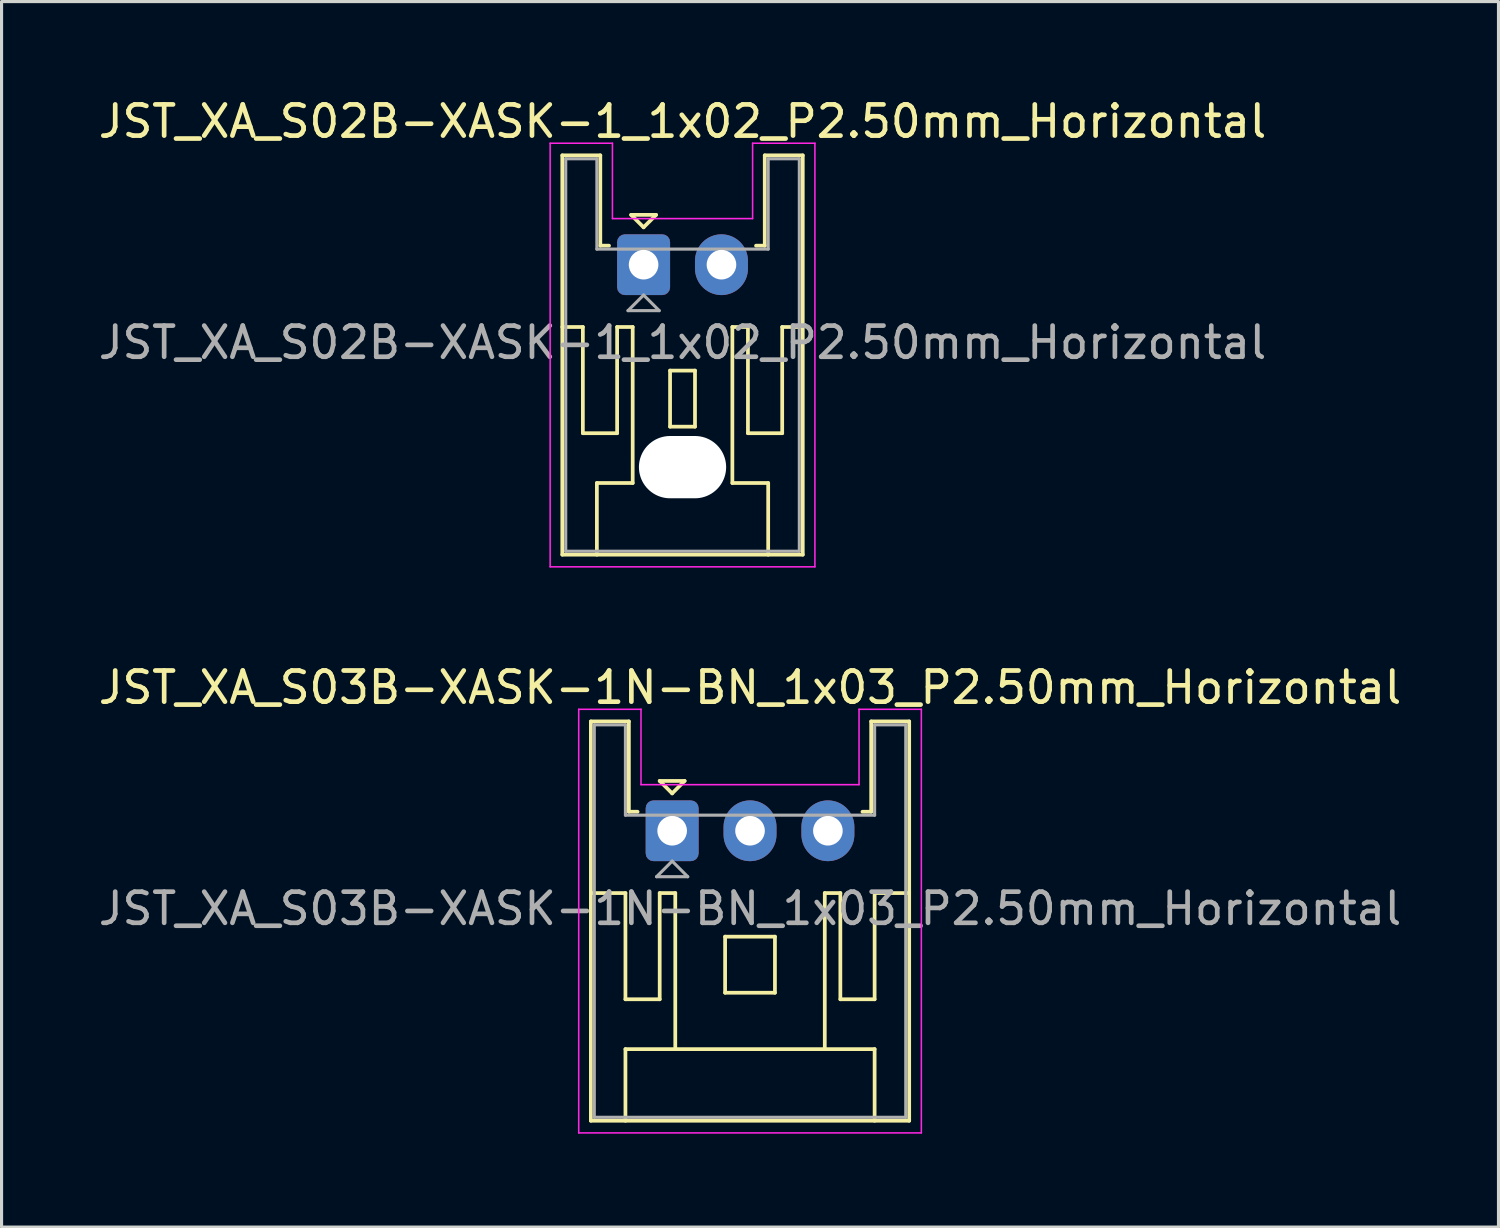
<source format=kicad_pcb>
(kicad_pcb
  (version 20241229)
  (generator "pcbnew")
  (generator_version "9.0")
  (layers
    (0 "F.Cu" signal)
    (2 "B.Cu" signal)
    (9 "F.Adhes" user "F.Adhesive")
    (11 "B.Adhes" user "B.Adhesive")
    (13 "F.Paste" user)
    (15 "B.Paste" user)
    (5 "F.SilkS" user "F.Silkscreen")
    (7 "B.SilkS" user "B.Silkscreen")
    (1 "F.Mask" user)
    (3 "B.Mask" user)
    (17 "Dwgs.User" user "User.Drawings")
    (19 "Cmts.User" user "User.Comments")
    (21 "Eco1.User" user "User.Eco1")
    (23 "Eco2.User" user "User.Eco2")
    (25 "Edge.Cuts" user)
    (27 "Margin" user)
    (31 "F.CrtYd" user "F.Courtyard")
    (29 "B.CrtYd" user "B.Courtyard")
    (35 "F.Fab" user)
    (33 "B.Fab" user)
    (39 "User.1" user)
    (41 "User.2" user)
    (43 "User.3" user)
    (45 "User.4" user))
  (footprint "JST_XA_S02B-XASK-1_1x02_P2.50mm_Horizontal"
    (layer "F.Cu")
    (at 17.613 5.448)
    (property "Reference" "JST_XA_S02B-XASK-1_1x02_P2.50mm_Horizontal" (at 1.25 -4.6 0) (layer "F.SilkS") (effects (font (size 1 1) (thickness 0.15))))
    (attr through_hole)
    (fp_line (start -2.61 -3.51) (end -2.61 9.31) (stroke (width 0.12) (type solid)) (layer "F.SilkS"))
    (fp_line (start -2.61 9.31) (end 5.11 9.31) (stroke (width 0.12) (type solid)) (layer "F.SilkS"))
    (fp_line (start -1.95 2) (end -2.61 2) (stroke (width 0.12) (type solid)) (layer "F.SilkS"))
    (fp_line (start -1.95 5.41) (end -1.95 2) (stroke (width 0.12) (type solid)) (layer "F.SilkS"))
    (fp_line (start -1.5 7.01) (end -0.35 7.01) (stroke (width 0.12) (type solid)) (layer "F.SilkS"))
    (fp_line (start -1.5 9.31) (end -1.5 7.01) (stroke (width 0.12) (type solid)) (layer "F.SilkS"))
    (fp_line (start -1.39 -3.51) (end -2.61 -3.51) (stroke (width 0.12) (type solid)) (layer "F.SilkS"))
    (fp_line (start -1.39 -0.61) (end -1.39 -3.51) (stroke (width 0.12) (type solid)) (layer "F.SilkS"))
    (fp_line (start -1.11 -0.61) (end -1.39 -0.61) (stroke (width 0.12) (type solid)) (layer "F.SilkS"))
    (fp_line (start -0.85 2) (end -0.85 5.41) (stroke (width 0.12) (type solid)) (layer "F.SilkS"))
    (fp_line (start -0.85 5.41) (end -1.95 5.41) (stroke (width 0.12) (type solid)) (layer "F.SilkS"))
    (fp_line (start -0.4 -1.6) (end 0.4 -1.6) (stroke (width 0.12) (type solid)) (layer "F.SilkS"))
    (fp_line (start -0.35 2) (end -0.85 2) (stroke (width 0.12) (type solid)) (layer "F.SilkS"))
    (fp_line (start -0.35 7.01) (end -0.35 2) (stroke (width 0.12) (type solid)) (layer "F.SilkS"))
    (fp_line (start 0 -1.2) (end -0.4 -1.6) (stroke (width 0.12) (type solid)) (layer "F.SilkS"))
    (fp_line (start 0.4 -1.6) (end 0 -1.2) (stroke (width 0.12) (type solid)) (layer "F.SilkS"))
    (fp_line (start 0.85 3.4) (end 1.65 3.4) (stroke (width 0.12) (type solid)) (layer "F.SilkS"))
    (fp_line (start 0.85 5.2) (end 0.85 3.4) (stroke (width 0.12) (type solid)) (layer "F.SilkS"))
    (fp_line (start 1.65 3.4) (end 1.65 5.2) (stroke (width 0.12) (type solid)) (layer "F.SilkS"))
    (fp_line (start 1.65 5.2) (end 0.85 5.2) (stroke (width 0.12) (type solid)) (layer "F.SilkS"))
    (fp_line (start 2.85 2) (end 3.35 2) (stroke (width 0.12) (type solid)) (layer "F.SilkS"))
    (fp_line (start 2.85 7.01) (end 2.85 2) (stroke (width 0.12) (type solid)) (layer "F.SilkS"))
    (fp_line (start 2.85 7.01) (end 4 7.01) (stroke (width 0.12) (type solid)) (layer "F.SilkS"))
    (fp_line (start 3.35 2) (end 3.35 5.41) (stroke (width 0.12) (type solid)) (layer "F.SilkS"))
    (fp_line (start 3.35 5.41) (end 4.45 5.41) (stroke (width 0.12) (type solid)) (layer "F.SilkS"))
    (fp_line (start 3.89 -3.51) (end 3.89 -0.61) (stroke (width 0.12) (type solid)) (layer "F.SilkS"))
    (fp_line (start 3.89 -0.61) (end 3.61 -0.61) (stroke (width 0.12) (type solid)) (layer "F.SilkS"))
    (fp_line (start 4 7.01) (end 4 9.31) (stroke (width 0.12) (type solid)) (layer "F.SilkS"))
    (fp_line (start 4.45 2) (end 5.11 2) (stroke (width 0.12) (type solid)) (layer "F.SilkS"))
    (fp_line (start 4.45 5.41) (end 4.45 2) (stroke (width 0.12) (type solid)) (layer "F.SilkS"))
    (fp_line (start 5.11 -3.51) (end 3.89 -3.51) (stroke (width 0.12) (type solid)) (layer "F.SilkS"))
    (fp_line (start 5.11 9.31) (end 5.11 -3.51) (stroke (width 0.12) (type solid)) (layer "F.SilkS"))
    (fp_line (start -3 -3.9) (end -3 9.7) (stroke (width 0.05) (type solid)) (layer "F.CrtYd"))
    (fp_line (start -3 9.7) (end 5.5 9.7) (stroke (width 0.05) (type solid)) (layer "F.CrtYd"))
    (fp_line (start -1 -3.9) (end -3 -3.9) (stroke (width 0.05) (type solid)) (layer "F.CrtYd"))
    (fp_line (start -1 -1.48) (end -1 -3.9) (stroke (width 0.05) (type solid)) (layer "F.CrtYd"))
    (fp_line (start 3.5 -3.9) (end 3.5 -1.48) (stroke (width 0.05) (type solid)) (layer "F.CrtYd"))
    (fp_line (start 3.5 -1.48) (end -1 -1.48) (stroke (width 0.05) (type solid)) (layer "F.CrtYd"))
    (fp_line (start 5.5 -3.9) (end 3.5 -3.9) (stroke (width 0.05) (type solid)) (layer "F.CrtYd"))
    (fp_line (start 5.5 9.7) (end 5.5 -3.9) (stroke (width 0.05) (type solid)) (layer "F.CrtYd"))
    (fp_line (start -2.5 -3.4) (end -2.5 9.2) (stroke (width 0.1) (type solid)) (layer "F.Fab"))
    (fp_line (start -2.5 9.2) (end 5 9.2) (stroke (width 0.1) (type solid)) (layer "F.Fab"))
    (fp_line (start -1.5 -3.4) (end -2.5 -3.4) (stroke (width 0.1) (type solid)) (layer "F.Fab"))
    (fp_line (start -1.5 -0.5) (end -1.5 -3.4) (stroke (width 0.1) (type solid)) (layer "F.Fab"))
    (fp_line (start -0.5 1.475) (end 0.5 1.475) (stroke (width 0.1) (type solid)) (layer "F.Fab"))
    (fp_line (start 0 0.975) (end -0.5 1.475) (stroke (width 0.1) (type solid)) (layer "F.Fab"))
    (fp_line (start 0.5 1.475) (end 0 0.975) (stroke (width 0.1) (type solid)) (layer "F.Fab"))
    (fp_line (start 4 -3.4) (end 4 -0.5) (stroke (width 0.1) (type solid)) (layer "F.Fab"))
    (fp_line (start 4 -0.5) (end -1.5 -0.5) (stroke (width 0.1) (type solid)) (layer "F.Fab"))
    (fp_line (start 5 -3.4) (end 4 -3.4) (stroke (width 0.1) (type solid)) (layer "F.Fab"))
    (fp_line (start 5 9.2) (end 5 -3.4) (stroke (width 0.1) (type solid)) (layer "F.Fab"))
    (fp_text user "${REFERENCE}" (at 1.25 2.5 0) (layer "F.Fab") (effects (font (size 1 1) (thickness 0.15))))
    (pad "" np_thru_hole oval (at 1.25 6.5) (size 2.8 2) (drill oval 2.8 2) (layers "*.Cu" "*.Mask"))
    (pad "1" thru_hole roundrect (at 0 0) (size 1.7 1.95) (drill 0.95) (layers "*.Cu" "*.Mask") (roundrect_rratio 0.147))
    (pad "2" thru_hole oval (at 2.5 0) (size 1.7 1.95) (drill 0.95) (layers "*.Cu" "*.Mask")))
  (footprint "JST_XA_S03B-XASK-1N-BN_1x03_P2.50mm_Horizontal"
    (layer "F.Cu")
    (at 18.53 23.622)
    (property "Reference" "JST_XA_S03B-XASK-1N-BN_1x03_P2.50mm_Horizontal" (at 2.5 -4.6 0) (layer "F.SilkS") (effects (font (size 1 1) (thickness 0.15))))
    (attr through_hole)
    (fp_line (start -2.61 -3.51) (end -2.61 9.31) (stroke (width 0.12) (type solid)) (layer "F.SilkS"))
    (fp_line (start -2.61 9.31) (end 7.61 9.31) (stroke (width 0.12) (type solid)) (layer "F.SilkS"))
    (fp_line (start -1.5 2) (end -2.61 2) (stroke (width 0.12) (type solid)) (layer "F.SilkS"))
    (fp_line (start -1.5 5.41) (end -1.5 2) (stroke (width 0.12) (type solid)) (layer "F.SilkS"))
    (fp_line (start -1.5 7.01) (end 6.5 7.01) (stroke (width 0.12) (type solid)) (layer "F.SilkS"))
    (fp_line (start -1.5 9.31) (end -1.5 7.01) (stroke (width 0.12) (type solid)) (layer "F.SilkS"))
    (fp_line (start -1.39 -3.51) (end -2.61 -3.51) (stroke (width 0.12) (type solid)) (layer "F.SilkS"))
    (fp_line (start -1.39 -0.61) (end -1.39 -3.51) (stroke (width 0.12) (type solid)) (layer "F.SilkS"))
    (fp_line (start -1.11 -0.61) (end -1.39 -0.61) (stroke (width 0.12) (type solid)) (layer "F.SilkS"))
    (fp_line (start -0.4 -1.6) (end 0.4 -1.6) (stroke (width 0.12) (type solid)) (layer "F.SilkS"))
    (fp_line (start -0.4 2) (end -0.4 5.41) (stroke (width 0.12) (type solid)) (layer "F.SilkS"))
    (fp_line (start -0.4 5.41) (end -1.5 5.41) (stroke (width 0.12) (type solid)) (layer "F.SilkS"))
    (fp_line (start 0 -1.2) (end -0.4 -1.6) (stroke (width 0.12) (type solid)) (layer "F.SilkS"))
    (fp_line (start 0.1 2) (end -0.4 2) (stroke (width 0.12) (type solid)) (layer "F.SilkS"))
    (fp_line (start 0.1 7.01) (end 0.1 2) (stroke (width 0.12) (type solid)) (layer "F.SilkS"))
    (fp_line (start 0.4 -1.6) (end 0 -1.2) (stroke (width 0.12) (type solid)) (layer "F.SilkS"))
    (fp_line (start 1.7 3.4) (end 3.3 3.4) (stroke (width 0.12) (type solid)) (layer "F.SilkS"))
    (fp_line (start 1.7 5.2) (end 1.7 3.4) (stroke (width 0.12) (type solid)) (layer "F.SilkS"))
    (fp_line (start 3.3 3.4) (end 3.3 5.2) (stroke (width 0.12) (type solid)) (layer "F.SilkS"))
    (fp_line (start 3.3 5.2) (end 1.7 5.2) (stroke (width 0.12) (type solid)) (layer "F.SilkS"))
    (fp_line (start 4.9 2) (end 5.4 2) (stroke (width 0.12) (type solid)) (layer "F.SilkS"))
    (fp_line (start 4.9 7.01) (end 4.9 2) (stroke (width 0.12) (type solid)) (layer "F.SilkS"))
    (fp_line (start 5.4 2) (end 5.4 5.41) (stroke (width 0.12) (type solid)) (layer "F.SilkS"))
    (fp_line (start 5.4 5.41) (end 6.5 5.41) (stroke (width 0.12) (type solid)) (layer "F.SilkS"))
    (fp_line (start 6.39 -3.51) (end 6.39 -0.61) (stroke (width 0.12) (type solid)) (layer "F.SilkS"))
    (fp_line (start 6.39 -0.61) (end 6.11 -0.61) (stroke (width 0.12) (type solid)) (layer "F.SilkS"))
    (fp_line (start 6.5 2) (end 7.61 2) (stroke (width 0.12) (type solid)) (layer "F.SilkS"))
    (fp_line (start 6.5 5.41) (end 6.5 2) (stroke (width 0.12) (type solid)) (layer "F.SilkS"))
    (fp_line (start 6.5 7.01) (end 6.5 9.31) (stroke (width 0.12) (type solid)) (layer "F.SilkS"))
    (fp_line (start 7.61 -3.51) (end 6.39 -3.51) (stroke (width 0.12) (type solid)) (layer "F.SilkS"))
    (fp_line (start 7.61 9.31) (end 7.61 -3.51) (stroke (width 0.12) (type solid)) (layer "F.SilkS"))
    (fp_line (start -3 -3.9) (end -3 9.7) (stroke (width 0.05) (type solid)) (layer "F.CrtYd"))
    (fp_line (start -3 9.7) (end 8 9.7) (stroke (width 0.05) (type solid)) (layer "F.CrtYd"))
    (fp_line (start -1 -3.9) (end -3 -3.9) (stroke (width 0.05) (type solid)) (layer "F.CrtYd"))
    (fp_line (start -1 -1.48) (end -1 -3.9) (stroke (width 0.05) (type solid)) (layer "F.CrtYd"))
    (fp_line (start 6 -3.9) (end 6 -1.48) (stroke (width 0.05) (type solid)) (layer "F.CrtYd"))
    (fp_line (start 6 -1.48) (end -1 -1.48) (stroke (width 0.05) (type solid)) (layer "F.CrtYd"))
    (fp_line (start 8 -3.9) (end 6 -3.9) (stroke (width 0.05) (type solid)) (layer "F.CrtYd"))
    (fp_line (start 8 9.7) (end 8 -3.9) (stroke (width 0.05) (type solid)) (layer "F.CrtYd"))
    (fp_line (start -2.5 -3.4) (end -2.5 9.2) (stroke (width 0.1) (type solid)) (layer "F.Fab"))
    (fp_line (start -2.5 9.2) (end 7.5 9.2) (stroke (width 0.1) (type solid)) (layer "F.Fab"))
    (fp_line (start -1.5 -3.4) (end -2.5 -3.4) (stroke (width 0.1) (type solid)) (layer "F.Fab"))
    (fp_line (start -1.5 -0.5) (end -1.5 -3.4) (stroke (width 0.1) (type solid)) (layer "F.Fab"))
    (fp_line (start -0.5 1.475) (end 0.5 1.475) (stroke (width 0.1) (type solid)) (layer "F.Fab"))
    (fp_line (start 0 0.975) (end -0.5 1.475) (stroke (width 0.1) (type solid)) (layer "F.Fab"))
    (fp_line (start 0.5 1.475) (end 0 0.975) (stroke (width 0.1) (type solid)) (layer "F.Fab"))
    (fp_line (start 6.5 -3.4) (end 6.5 -0.5) (stroke (width 0.1) (type solid)) (layer "F.Fab"))
    (fp_line (start 6.5 -0.5) (end -1.5 -0.5) (stroke (width 0.1) (type solid)) (layer "F.Fab"))
    (fp_line (start 7.5 -3.4) (end 6.5 -3.4) (stroke (width 0.1) (type solid)) (layer "F.Fab"))
    (fp_line (start 7.5 9.2) (end 7.5 -3.4) (stroke (width 0.1) (type solid)) (layer "F.Fab"))
    (fp_text user "${REFERENCE}" (at 2.5 2.5 0) (layer "F.Fab") (effects (font (size 1 1) (thickness 0.15))))
    (pad "1" thru_hole roundrect (at 0 0) (size 1.7 1.95) (drill 0.95) (layers "*.Cu" "*.Mask") (roundrect_rratio 0.147))
    (pad "2" thru_hole oval (at 2.5 0) (size 1.7 1.95) (drill 0.95) (layers "*.Cu" "*.Mask"))
    (pad "3" thru_hole oval (at 5 0) (size 1.7 1.95) (drill 0.95) (layers "*.Cu" "*.Mask")))
  (gr_rect
    (start -3 -3)
    (end 45.06 36.346)
    (stroke (width 0.1) (type default))
    (fill no)
    (layer "Edge.Cuts")))
</source>
